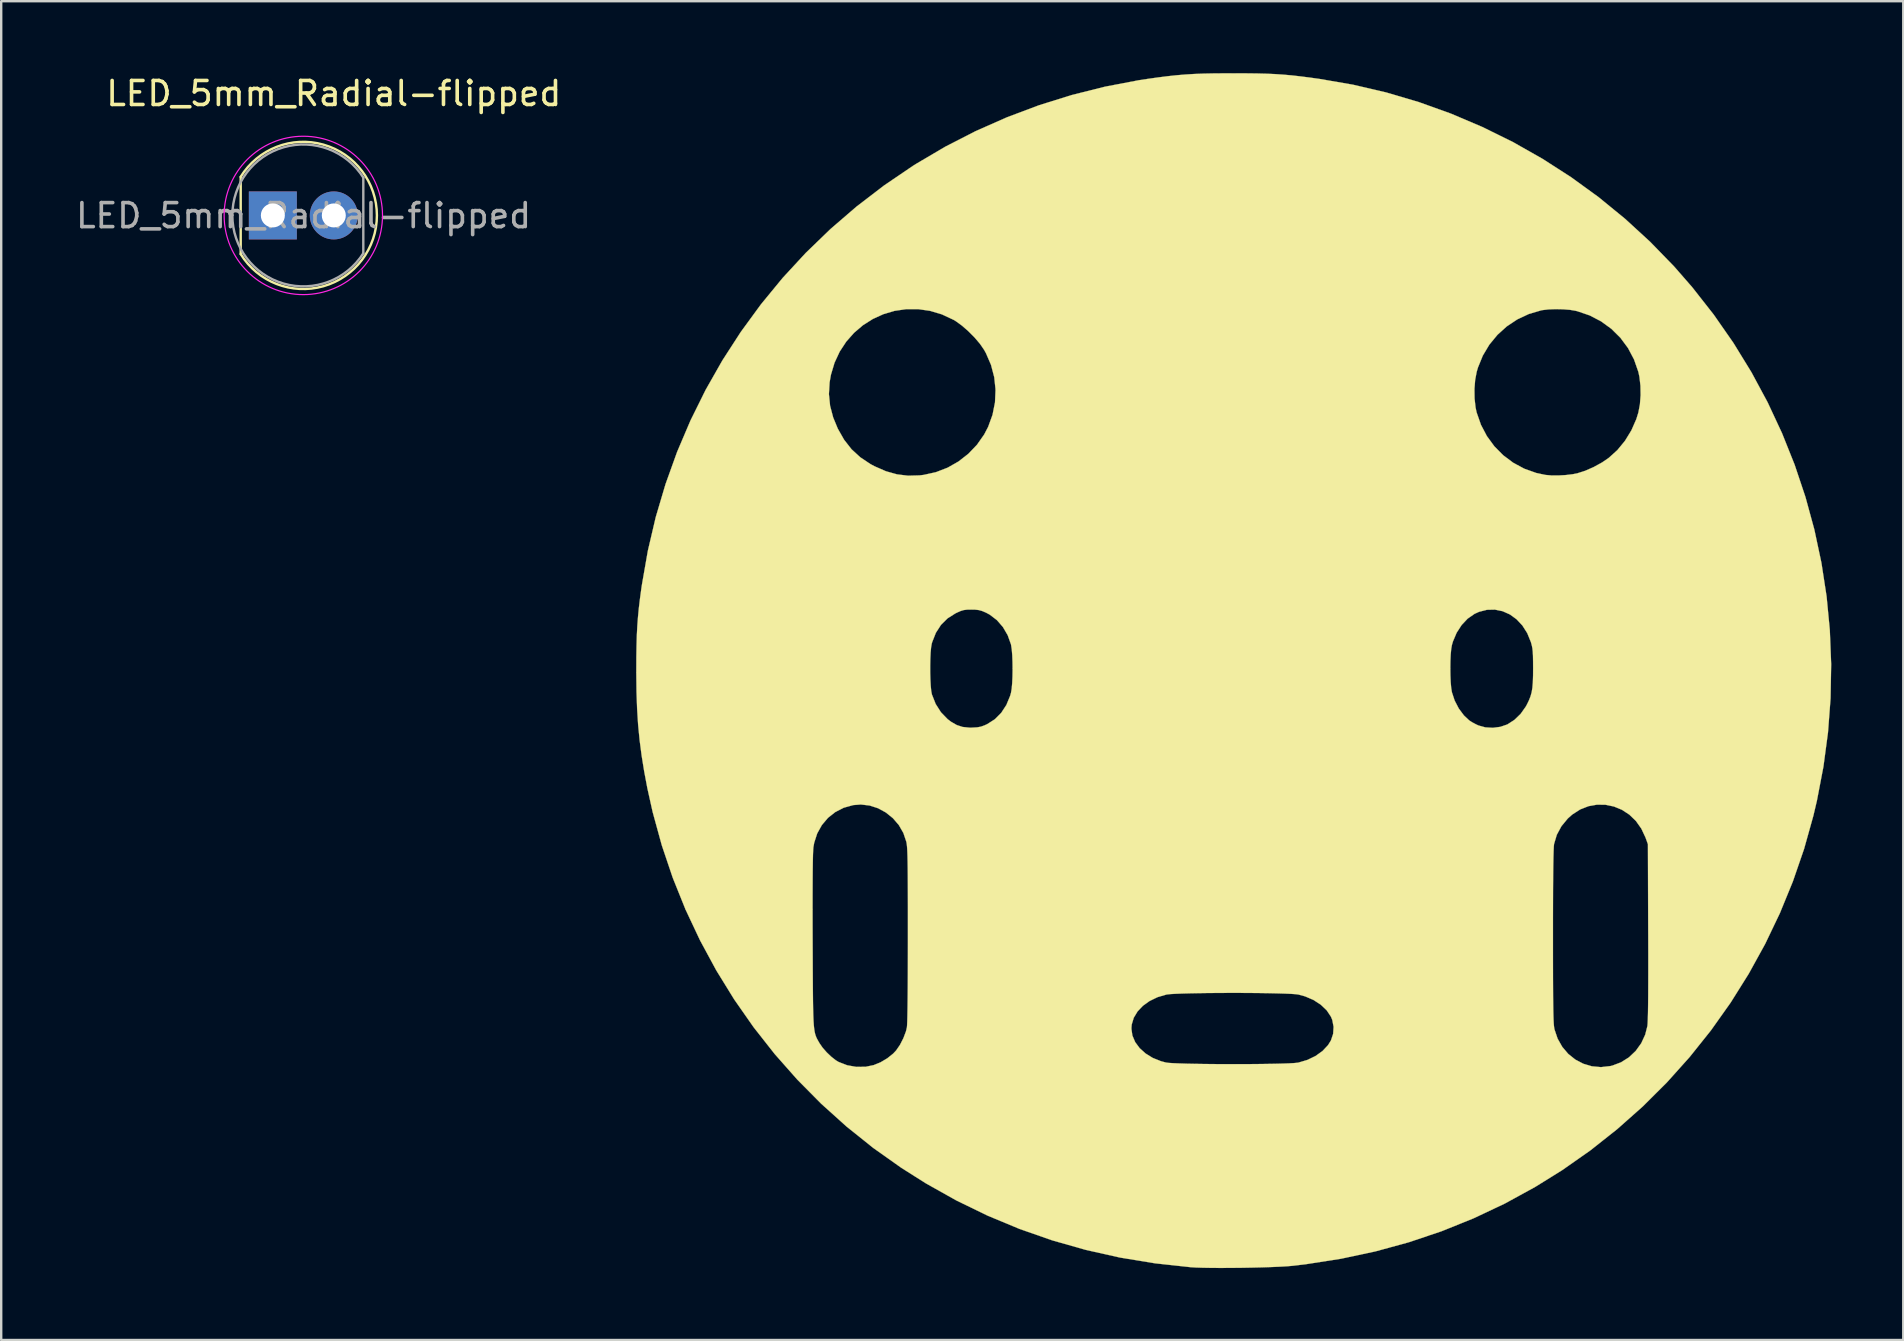
<source format=kicad_pcb>
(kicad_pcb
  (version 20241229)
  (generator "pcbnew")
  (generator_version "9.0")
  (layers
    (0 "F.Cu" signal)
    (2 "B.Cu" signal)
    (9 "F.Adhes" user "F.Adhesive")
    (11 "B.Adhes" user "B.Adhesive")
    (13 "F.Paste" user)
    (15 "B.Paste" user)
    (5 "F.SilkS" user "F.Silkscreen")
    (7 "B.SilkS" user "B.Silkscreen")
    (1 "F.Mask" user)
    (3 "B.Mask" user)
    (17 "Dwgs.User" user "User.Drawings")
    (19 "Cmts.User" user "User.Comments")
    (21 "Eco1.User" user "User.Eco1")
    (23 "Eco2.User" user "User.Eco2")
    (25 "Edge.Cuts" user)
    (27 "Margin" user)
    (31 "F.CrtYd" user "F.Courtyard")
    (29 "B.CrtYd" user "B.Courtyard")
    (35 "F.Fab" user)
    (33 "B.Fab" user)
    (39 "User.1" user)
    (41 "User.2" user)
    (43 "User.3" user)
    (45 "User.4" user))
  (footprint "LED_5mm_Radial-flipped"
    (layer "F.Cu")
    (at 10.861 5.928)
    (property "Reference" "LED_5mm_Radial-flipped" (at 0 -5.08 0) (layer "F.SilkS") (effects (font (size 1 1) (thickness 0.15))))
    (attr through_hole)
    (fp_line (start -3.88 1.61) (end -3.88 -1.6) (stroke (width 0.1) (type solid)) (layer "F.SilkS"))
    (fp_arc (start -3.881718 -1.607211) (mid 1.796626 -0.001638) (end -3.88 1.61) (stroke (width 0.1) (type solid)) (layer "F.SilkS"))
    (fp_circle (center -1.27 0) (end -4.57 0) (stroke (width 0.05) (type solid)) (fill no) (layer "F.CrtYd"))
    (fp_line (start -4.22 -0.01) (end -4.22 -0.01) (stroke (width 0.1) (type solid)) (layer "F.Fab"))
    (fp_line (start 1.23 -1.58) (end 1.23 1.58) (stroke (width 0.1) (type solid)) (layer "F.Fab"))
    (fp_arc (start 1.23 1.58) (mid -4.227431 0) (end 1.23 -1.58) (stroke (width 0.1) (type solid)) (layer "F.Fab"))
    (fp_text user "${REFERENCE}" (at -1.26 0.01 0) (layer "F.Fab") (effects (font (size 1 1) (thickness 0.15))))
    (pad "1" thru_hole rect (at -2.54 0) (size 2 2) (drill 1) (layers "*.Cu" "*.Mask"))
    (pad "2" thru_hole circle (at 0 0) (size 2 2) (drill 1) (layers "*.Cu" "*.Mask")))
  (footprint "silk-screen"
    (layer "F.Cu")
    (at 48.334 18.268)
    (property "Reference" "silk-screen" (at 0 0 0) (layer "F.SilkS") (effects (font (size 1.27 1.27) (thickness 0.15))))
    (attr through_hole)
    (fp_poly (pts (xy 0.556 -18.261) (xy 1.001 -18.256) (xy 1.396 -18.246) (xy 1.755 -18.23) (xy 2.097 -18.207) (xy 2.438 -18.177) (xy 2.794 -18.137) (xy 3.183 -18.088) (xy 3.598 -18.03) (xy 5.002 -17.788) (xy 6.387 -17.465) (xy 7.75 -17.062) (xy 9.086 -16.582) (xy 10.392 -16.027) (xy 11.664 -15.4) (xy 12.898 -14.701) (xy 14.092 -13.933) (xy 15.241 -13.099) (xy 16.342 -12.199) (xy 17.39 -11.237) (xy 18.383 -10.215) (xy 19.135 -9.353) (xy 20.032 -8.211) (xy 20.856 -7.028) (xy 21.606 -5.807) (xy 22.282 -4.551) (xy 22.883 -3.263) (xy 23.409 -1.948) (xy 23.858 -0.607) (xy 24.23 0.755) (xy 24.524 2.136) (xy 24.739 3.533) (xy 24.874 4.941) (xy 24.93 6.358) (xy 24.905 7.781) (xy 24.798 9.206) (xy 24.608 10.631) (xy 24.336 12.051) (xy 24.188 12.679) (xy 23.801 14.062) (xy 23.335 15.415) (xy 22.794 16.736) (xy 22.18 18.019) (xy 21.494 19.264) (xy 20.74 20.467) (xy 19.919 21.624) (xy 19.033 22.733) (xy 18.085 23.791) (xy 17.077 24.795) (xy 16.011 25.741) (xy 14.89 26.628) (xy 13.716 27.451) (xy 12.594 28.148) (xy 11.328 28.841) (xy 10.029 29.455) (xy 8.697 29.993) (xy 7.332 30.452) (xy 5.933 30.835) (xy 4.498 31.141) (xy 3.028 31.37) (xy 2.477 31.435) (xy 2.25 31.454) (xy 1.954 31.471) (xy 1.602 31.486) (xy 1.207 31.499) (xy 0.785 31.509) (xy 0.35 31.517) (xy -0.086 31.521) (xy -0.506 31.523) (xy -0.899 31.521) (xy -1.248 31.515) (xy -1.541 31.506) (xy -1.757 31.493) (xy -3.247 31.331) (xy -4.706 31.091) (xy -6.134 30.771) (xy -7.531 30.374) (xy -8.895 29.898) (xy -10.228 29.343) (xy -11.528 28.711) (xy -12.795 28) (xy -13.82 27.352) (xy -14.988 26.525) (xy -16.101 25.634) (xy -17.159 24.682) (xy -18.158 23.673) (xy -19.097 22.61) (xy -19.974 21.495) (xy -20.786 20.333) (xy -21.531 19.125) (xy -22.207 17.876) (xy -22.813 16.589) (xy -22.822 16.568) (xy -17.52 16.568) (xy -17.519 17.264) (xy -17.517 17.907) (xy -17.514 18.557) (xy -17.512 19.127) (xy -17.509 19.625) (xy -17.506 20.055) (xy -17.502 20.424) (xy -17.497 20.737) (xy -17.49 21) (xy -17.481 21.219) (xy -17.469 21.399) (xy -17.454 21.547) (xy -17.436 21.667) (xy -17.414 21.767) (xy -17.388 21.851) (xy -17.358 21.926) (xy -17.322 21.997) (xy -17.282 22.069) (xy -17.235 22.15) (xy -17.227 22.164) (xy -17.102 22.344) (xy -16.932 22.538) (xy -16.74 22.721) (xy -16.55 22.87) (xy -16.434 22.94) (xy -16.076 23.078) (xy -15.694 23.145) (xy -15.307 23.14) (xy -14.974 23.071) (xy -14.687 22.954) (xy -14.406 22.787) (xy -14.161 22.591) (xy -14.037 22.459) (xy -13.878 22.228) (xy -13.737 21.952) (xy -13.63 21.671) (xy -13.599 21.548) (xy -4.233 21.548) (xy -4.192 21.837) (xy -4.075 22.112) (xy -3.889 22.364) (xy -3.642 22.586) (xy -3.343 22.771) (xy -2.998 22.909) (xy -2.794 22.963) (xy -2.682 22.978) (xy -2.496 22.99) (xy -2.244 23.001) (xy -1.936 23.011) (xy -1.583 23.018) (xy -1.194 23.024) (xy -0.778 23.028) (xy -0.346 23.031) (xy 0.093 23.031) (xy 0.53 23.03) (xy 0.954 23.027) (xy 1.355 23.022) (xy 1.725 23.016) (xy 2.053 23.008) (xy 2.33 22.998) (xy 2.545 22.986) (xy 2.69 22.972) (xy 2.727 22.966) (xy 3.104 22.854) (xy 3.443 22.69) (xy 3.733 22.482) (xy 3.962 22.238) (xy 4.083 22.043) (xy 4.175 21.768) (xy 4.194 21.475) (xy 4.139 21.188) (xy 4.083 21.052) (xy 3.906 20.787) (xy 3.659 20.552) (xy 3.355 20.355) (xy 3.004 20.205) (xy 2.727 20.129) (xy 2.611 20.114) (xy 2.42 20.101) (xy 2.165 20.09) (xy 1.854 20.081) (xy 1.498 20.073) (xy 1.106 20.067) (xy 0.688 20.063) (xy 0.255 20.061) (xy -0.185 20.061) (xy -0.622 20.063) (xy -1.044 20.066) (xy -1.444 20.072) (xy -1.811 20.079) (xy -2.134 20.088) (xy -2.405 20.099) (xy -2.614 20.111) (xy -2.751 20.126) (xy -2.773 20.13) (xy -3.145 20.239) (xy -3.474 20.398) (xy -3.754 20.599) (xy -3.977 20.835) (xy -4.135 21.098) (xy -4.22 21.381) (xy -4.233 21.548) (xy -13.599 21.548) (xy -13.59 21.51) (xy -13.582 21.423) (xy -13.574 21.254) (xy -13.568 21.006) (xy -13.562 20.681) (xy -13.557 20.284) (xy -13.553 19.816) (xy -13.55 19.281) (xy -13.548 18.681) (xy -13.547 18.02) (xy -13.547 17.714) (xy 13.336 17.714) (xy 13.336 18.367) (xy 13.337 18.941) (xy 13.338 19.441) (xy 13.34 19.872) (xy 13.342 20.241) (xy 13.346 20.552) (xy 13.35 20.811) (xy 13.355 21.024) (xy 13.361 21.195) (xy 13.368 21.33) (xy 13.377 21.435) (xy 13.387 21.515) (xy 13.398 21.576) (xy 13.399 21.581) (xy 13.53 21.968) (xy 13.724 22.311) (xy 13.972 22.603) (xy 14.267 22.839) (xy 14.598 23.013) (xy 14.957 23.12) (xy 15.336 23.155) (xy 15.726 23.111) (xy 15.81 23.091) (xy 16.174 22.954) (xy 16.502 22.747) (xy 16.785 22.479) (xy 17.014 22.161) (xy 17.18 21.803) (xy 17.272 21.441) (xy 17.281 21.338) (xy 17.289 21.158) (xy 17.296 20.899) (xy 17.301 20.562) (xy 17.305 20.145) (xy 17.307 19.648) (xy 17.308 19.068) (xy 17.308 18.406) (xy 17.306 17.661) (xy 17.305 17.505) (xy 17.293 13.864) (xy 17.195 13.591) (xy 17.019 13.215) (xy 16.791 12.894) (xy 16.519 12.632) (xy 16.212 12.431) (xy 15.879 12.294) (xy 15.529 12.221) (xy 15.171 12.216) (xy 14.815 12.28) (xy 14.469 12.416) (xy 14.141 12.627) (xy 13.952 12.795) (xy 13.689 13.114) (xy 13.497 13.47) (xy 13.383 13.85) (xy 13.381 13.861) (xy 13.371 13.959) (xy 13.363 14.141) (xy 13.355 14.406) (xy 13.349 14.755) (xy 13.344 15.188) (xy 13.34 15.704) (xy 13.338 16.306) (xy 13.336 16.991) (xy 13.336 17.714) (xy -13.547 17.714) (xy -13.547 17.666) (xy -13.547 17.016) (xy -13.547 16.445) (xy -13.548 15.948) (xy -13.55 15.518) (xy -13.552 15.151) (xy -13.555 14.841) (xy -13.559 14.582) (xy -13.564 14.368) (xy -13.57 14.195) (xy -13.577 14.056) (xy -13.585 13.947) (xy -13.595 13.86) (xy -13.606 13.792) (xy -13.613 13.76) (xy -13.736 13.396) (xy -13.925 13.067) (xy -14.171 12.781) (xy -14.462 12.545) (xy -14.789 12.366) (xy -15.141 12.252) (xy -15.508 12.209) (xy -15.825 12.234) (xy -16.218 12.343) (xy -16.571 12.523) (xy -16.878 12.766) (xy -17.132 13.066) (xy -17.326 13.414) (xy -17.452 13.803) (xy -17.486 13.991) (xy -17.495 14.109) (xy -17.503 14.312) (xy -17.509 14.598) (xy -17.514 14.967) (xy -17.517 15.419) (xy -17.519 15.952) (xy -17.52 16.568) (xy -22.822 16.568) (xy -23.346 15.266) (xy -23.803 13.911) (xy -24.183 12.528) (xy -24.404 11.536) (xy -24.536 10.837) (xy -24.643 10.176) (xy -24.727 9.533) (xy -24.79 8.889) (xy -24.832 8.223) (xy -24.857 7.517) (xy -24.866 6.75) (xy -24.866 6.604) (xy -24.865 6.419) (xy -12.618 6.419) (xy -12.618 6.714) (xy -12.61 7) (xy -12.596 7.258) (xy -12.576 7.47) (xy -12.549 7.616) (xy -12.547 7.623) (xy -12.39 8.02) (xy -12.17 8.365) (xy -11.893 8.652) (xy -11.748 8.762) (xy -11.51 8.899) (xy -11.267 8.978) (xy -10.99 9.007) (xy -10.857 9.006) (xy -10.658 8.994) (xy -10.502 8.965) (xy -10.35 8.91) (xy -10.236 8.857) (xy -9.924 8.657) (xy -9.658 8.39) (xy -9.444 8.063) (xy -9.287 7.684) (xy -9.251 7.558) (xy -9.222 7.389) (xy -9.201 7.156) (xy -9.188 6.88) (xy -9.183 6.581) (xy -9.184 6.533) (xy 9.058 6.533) (xy 9.062 6.83) (xy 9.074 7.108) (xy 9.094 7.346) (xy 9.123 7.523) (xy 9.123 7.526) (xy 9.239 7.878) (xy 9.41 8.208) (xy 9.623 8.495) (xy 9.845 8.704) (xy 9.966 8.782) (xy 10.125 8.867) (xy 10.233 8.917) (xy 10.516 8.995) (xy 10.829 9.014) (xy 11.143 8.973) (xy 11.43 8.875) (xy 11.442 8.869) (xy 11.73 8.683) (xy 11.99 8.431) (xy 12.203 8.13) (xy 12.246 8.052) (xy 12.333 7.873) (xy 12.399 7.707) (xy 12.447 7.536) (xy 12.479 7.345) (xy 12.498 7.117) (xy 12.507 6.836) (xy 12.509 6.519) (xy 12.507 6.23) (xy 12.503 6.009) (xy 12.494 5.838) (xy 12.479 5.703) (xy 12.456 5.586) (xy 12.425 5.47) (xy 12.415 5.438) (xy 12.264 5.068) (xy 12.062 4.75) (xy 11.818 4.489) (xy 11.541 4.289) (xy 11.238 4.154) (xy 10.917 4.088) (xy 10.587 4.095) (xy 10.256 4.179) (xy 10.066 4.265) (xy 9.78 4.464) (xy 9.529 4.731) (xy 9.321 5.053) (xy 9.167 5.417) (xy 9.124 5.565) (xy 9.095 5.732) (xy 9.074 5.963) (xy 9.062 6.237) (xy 9.058 6.533) (xy -9.184 6.533) (xy -9.187 6.279) (xy -9.198 5.995) (xy -9.218 5.75) (xy -9.246 5.564) (xy -9.253 5.531) (xy -9.389 5.153) (xy -9.587 4.814) (xy -9.837 4.526) (xy -10.132 4.3) (xy -10.285 4.217) (xy -10.448 4.147) (xy -10.588 4.107) (xy -10.742 4.089) (xy -10.903 4.086) (xy -11.083 4.089) (xy -11.219 4.106) (xy -11.346 4.144) (xy -11.5 4.212) (xy -11.568 4.245) (xy -11.896 4.453) (xy -12.168 4.723) (xy -12.381 5.053) (xy -12.535 5.442) (xy -12.554 5.509) (xy -12.58 5.659) (xy -12.6 5.873) (xy -12.612 6.132) (xy -12.618 6.419) (xy -24.865 6.419) (xy -24.864 6.063) (xy -24.856 5.589) (xy -24.844 5.165) (xy -24.824 4.775) (xy -24.796 4.401) (xy -24.76 4.026) (xy -24.713 3.633) (xy -24.655 3.205) (xy -24.635 3.069) (xy -24.385 1.638) (xy -24.056 0.234) (xy -23.648 -1.142) (xy -23.165 -2.486) (xy -22.607 -3.796) (xy -22.064 -4.892) (xy -16.839 -4.892) (xy -16.79 -4.406) (xy -16.661 -3.919) (xy -16.467 -3.45) (xy -16.205 -2.99) (xy -15.898 -2.597) (xy -15.535 -2.263) (xy -15.111 -1.979) (xy -14.928 -1.882) (xy -14.458 -1.677) (xy -14.001 -1.549) (xy -13.542 -1.493) (xy -13.062 -1.506) (xy -12.888 -1.527) (xy -12.378 -1.64) (xy -11.891 -1.828) (xy -11.438 -2.086) (xy -11.027 -2.407) (xy -10.668 -2.783) (xy -10.369 -3.209) (xy -10.203 -3.528) (xy -10.02 -4.03) (xy -9.917 -4.55) (xy -9.894 -5.076) (xy -9.896 -5.099) (xy 10.063 -5.099) (xy 10.069 -4.707) (xy 10.11 -4.338) (xy 10.155 -4.128) (xy 10.335 -3.614) (xy 10.583 -3.142) (xy 10.894 -2.717) (xy 11.261 -2.346) (xy 11.679 -2.033) (xy 12.14 -1.785) (xy 12.639 -1.607) (xy 13.018 -1.526) (xy 13.264 -1.504) (xy 13.559 -1.502) (xy 13.869 -1.52) (xy 14.16 -1.555) (xy 14.345 -1.591) (xy 14.68 -1.698) (xy 15.036 -1.855) (xy 15.382 -2.045) (xy 15.66 -2.235) (xy 16.02 -2.56) (xy 16.338 -2.948) (xy 16.605 -3.384) (xy 16.81 -3.851) (xy 16.896 -4.128) (xy 16.96 -4.467) (xy 16.989 -4.849) (xy 16.982 -5.242) (xy 16.94 -5.611) (xy 16.895 -5.821) (xy 16.714 -6.339) (xy 16.463 -6.814) (xy 16.147 -7.24) (xy 15.772 -7.612) (xy 15.344 -7.924) (xy 14.869 -8.172) (xy 14.351 -8.348) (xy 14.28 -8.366) (xy 14.043 -8.406) (xy 13.754 -8.429) (xy 13.446 -8.435) (xy 13.149 -8.424) (xy 12.897 -8.394) (xy 12.848 -8.385) (xy 12.331 -8.233) (xy 11.849 -8.007) (xy 11.41 -7.715) (xy 11.02 -7.362) (xy 10.685 -6.955) (xy 10.413 -6.499) (xy 10.21 -6.002) (xy 10.157 -5.821) (xy 10.093 -5.481) (xy 10.063 -5.099) (xy -9.896 -5.099) (xy -9.949 -5.6) (xy -10.083 -6.111) (xy -10.294 -6.599) (xy -10.372 -6.739) (xy -10.543 -6.988) (xy -10.767 -7.252) (xy -11.024 -7.511) (xy -11.291 -7.745) (xy -11.549 -7.932) (xy -11.642 -7.988) (xy -12.129 -8.216) (xy -12.625 -8.364) (xy -13.124 -8.435) (xy -13.618 -8.434) (xy -14.102 -8.363) (xy -14.567 -8.226) (xy -15.007 -8.026) (xy -15.417 -7.767) (xy -15.788 -7.451) (xy -16.114 -7.084) (xy -16.388 -6.667) (xy -16.604 -6.204) (xy -16.755 -5.699) (xy -16.81 -5.386) (xy -16.839 -4.892) (xy -22.064 -4.892) (xy -21.977 -5.069) (xy -21.276 -6.302) (xy -20.506 -7.492) (xy -19.669 -8.637) (xy -18.767 -9.735) (xy -17.801 -10.781) (xy -16.773 -11.774) (xy -15.686 -12.711) (xy -14.54 -13.589) (xy -13.337 -14.406) (xy -13.208 -14.487) (xy -11.989 -15.205) (xy -10.725 -15.853) (xy -9.421 -16.429) (xy -8.083 -16.932) (xy -6.718 -17.358) (xy -5.33 -17.706) (xy -3.926 -17.974) (xy -3.556 -18.03) (xy -3.116 -18.092) (xy -2.719 -18.142) (xy -2.348 -18.182) (xy -1.987 -18.212) (xy -1.618 -18.235) (xy -1.225 -18.25) (xy -0.791 -18.259) (xy -0.3 -18.262) (xy 0.042 -18.263) (xy 0.556 -18.261)) (stroke (width 0.01) (type solid)) (fill yes) (layer "F.SilkS")))
  (gr_rect
    (start -3 -3)
    (end 76.269 52.796)
    (stroke (width 0.1) (type default))
    (fill no)
    (layer "Edge.Cuts")))
</source>
